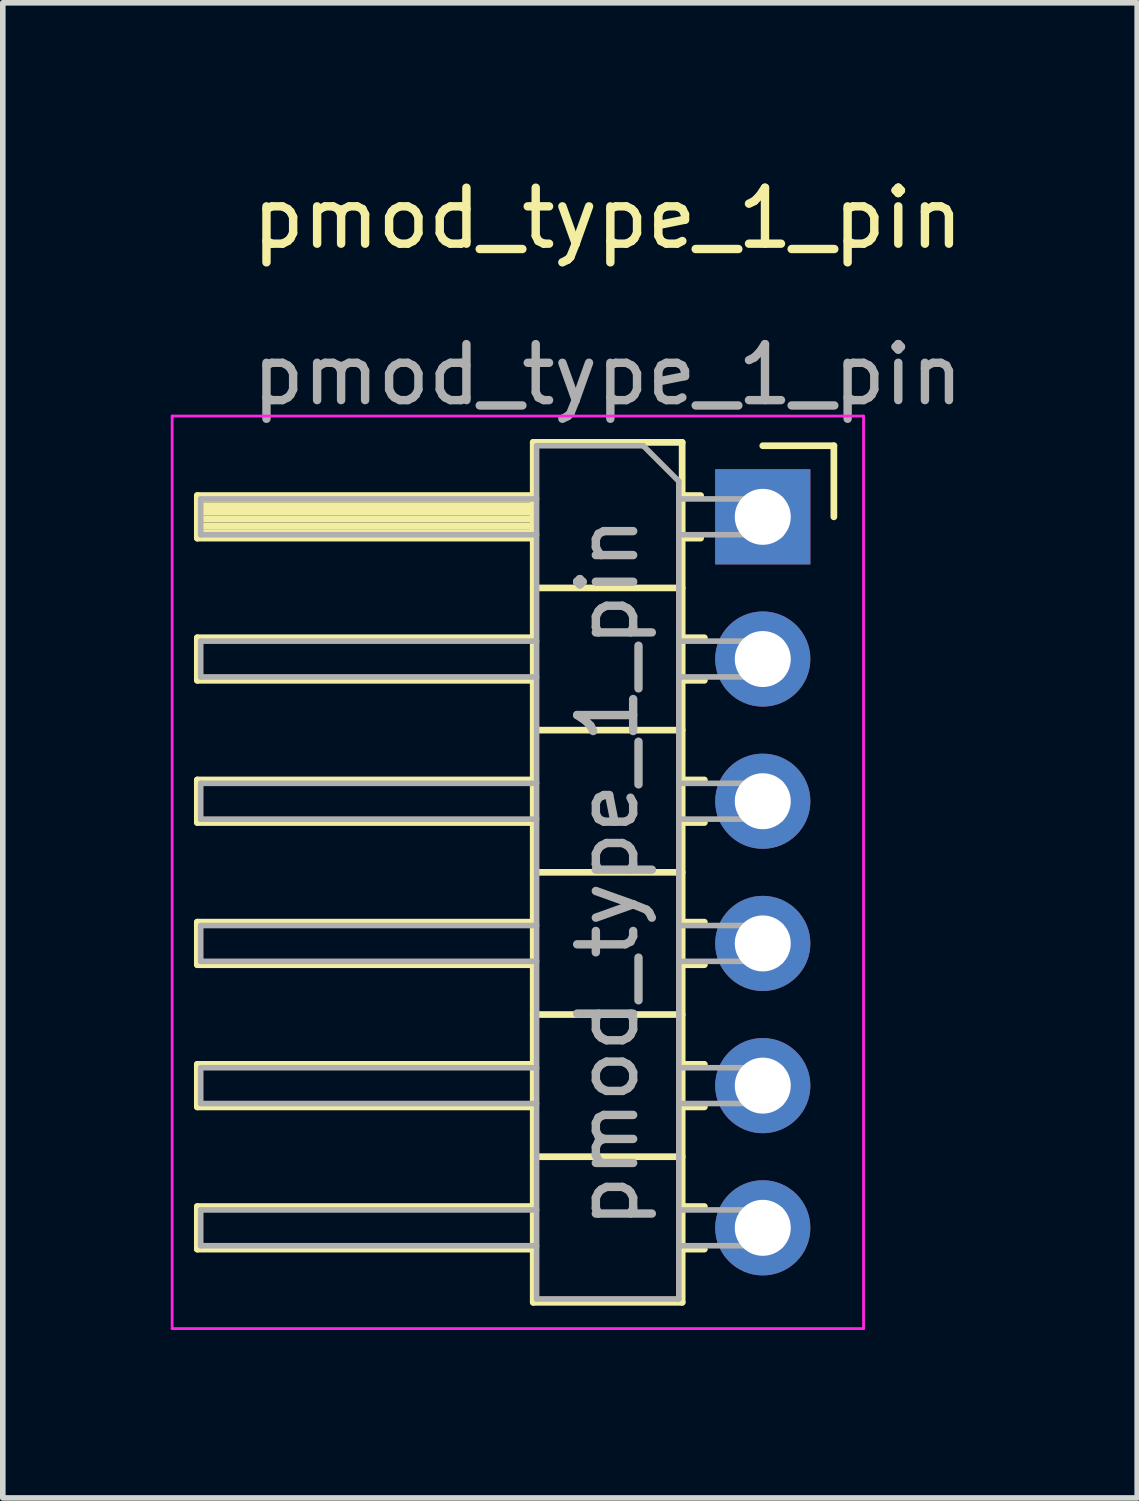
<source format=kicad_pcb>
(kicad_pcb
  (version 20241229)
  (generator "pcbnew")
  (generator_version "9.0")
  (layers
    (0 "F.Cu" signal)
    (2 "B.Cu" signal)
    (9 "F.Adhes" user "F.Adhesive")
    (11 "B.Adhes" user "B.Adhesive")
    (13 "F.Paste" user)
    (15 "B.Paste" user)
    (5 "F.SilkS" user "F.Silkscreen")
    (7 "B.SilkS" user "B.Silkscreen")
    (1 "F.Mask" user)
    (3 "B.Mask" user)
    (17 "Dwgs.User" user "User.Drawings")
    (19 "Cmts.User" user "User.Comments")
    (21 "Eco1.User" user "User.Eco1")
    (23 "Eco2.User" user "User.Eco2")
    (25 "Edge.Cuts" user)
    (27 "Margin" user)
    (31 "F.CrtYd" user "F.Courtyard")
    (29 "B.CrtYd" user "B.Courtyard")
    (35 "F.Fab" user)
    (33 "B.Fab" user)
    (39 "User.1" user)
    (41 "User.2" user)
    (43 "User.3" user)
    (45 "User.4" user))
  (footprint "pmod_type_1_pin"
    (layer "F.Cu")
    (at 7.805 12.532)
    (property "Reference" "pmod_type_1_pin" (at 0 -11.684 0) (unlocked yes) (layer "F.SilkS") (effects (font (size 1 1) (thickness 0.15))))
    (attr through_hole)
    (fp_line (start -7.33 -6.73) (end -7.33 -5.97) (stroke (width 0.12) (type solid)) (layer "F.SilkS"))
    (fp_line (start -7.33 -5.97) (end -1.33 -5.97) (stroke (width 0.12) (type solid)) (layer "F.SilkS"))
    (fp_line (start -7.33 -4.19) (end -7.33 -3.43) (stroke (width 0.12) (type solid)) (layer "F.SilkS"))
    (fp_line (start -7.33 -3.43) (end -1.33 -3.43) (stroke (width 0.12) (type solid)) (layer "F.SilkS"))
    (fp_line (start -7.33 -1.65) (end -7.33 -0.89) (stroke (width 0.12) (type solid)) (layer "F.SilkS"))
    (fp_line (start -7.33 -0.89) (end -1.33 -0.89) (stroke (width 0.12) (type solid)) (layer "F.SilkS"))
    (fp_line (start -7.33 0.89) (end -7.33 1.65) (stroke (width 0.12) (type solid)) (layer "F.SilkS"))
    (fp_line (start -7.33 1.65) (end -1.33 1.65) (stroke (width 0.12) (type solid)) (layer "F.SilkS"))
    (fp_line (start -7.33 3.43) (end -7.33 4.19) (stroke (width 0.12) (type solid)) (layer "F.SilkS"))
    (fp_line (start -7.33 4.19) (end -1.33 4.19) (stroke (width 0.12) (type solid)) (layer "F.SilkS"))
    (fp_line (start -7.33 5.97) (end -7.33 6.73) (stroke (width 0.12) (type solid)) (layer "F.SilkS"))
    (fp_line (start -7.33 6.73) (end -1.33 6.73) (stroke (width 0.12) (type solid)) (layer "F.SilkS"))
    (fp_line (start -1.33 -7.68) (end 1.33 -7.68) (stroke (width 0.12) (type solid)) (layer "F.SilkS"))
    (fp_line (start -1.33 -6.73) (end -7.33 -6.73) (stroke (width 0.12) (type solid)) (layer "F.SilkS"))
    (fp_line (start -1.33 -6.67) (end -7.33 -6.67) (stroke (width 0.12) (type solid)) (layer "F.SilkS"))
    (fp_line (start -1.33 -6.55) (end -7.33 -6.55) (stroke (width 0.12) (type solid)) (layer "F.SilkS"))
    (fp_line (start -1.33 -6.43) (end -7.33 -6.43) (stroke (width 0.12) (type solid)) (layer "F.SilkS"))
    (fp_line (start -1.33 -6.31) (end -7.33 -6.31) (stroke (width 0.12) (type solid)) (layer "F.SilkS"))
    (fp_line (start -1.33 -6.19) (end -7.33 -6.19) (stroke (width 0.12) (type solid)) (layer "F.SilkS"))
    (fp_line (start -1.33 -6.07) (end -7.33 -6.07) (stroke (width 0.12) (type solid)) (layer "F.SilkS"))
    (fp_line (start -1.33 -4.19) (end -7.33 -4.19) (stroke (width 0.12) (type solid)) (layer "F.SilkS"))
    (fp_line (start -1.33 -1.65) (end -7.33 -1.65) (stroke (width 0.12) (type solid)) (layer "F.SilkS"))
    (fp_line (start -1.33 0.89) (end -7.33 0.89) (stroke (width 0.12) (type solid)) (layer "F.SilkS"))
    (fp_line (start -1.33 3.43) (end -7.33 3.43) (stroke (width 0.12) (type solid)) (layer "F.SilkS"))
    (fp_line (start -1.33 5.97) (end -7.33 5.97) (stroke (width 0.12) (type solid)) (layer "F.SilkS"))
    (fp_line (start -1.33 7.68) (end -1.33 -7.68) (stroke (width 0.12) (type solid)) (layer "F.SilkS"))
    (fp_line (start 1.33 -7.68) (end 1.33 7.68) (stroke (width 0.12) (type solid)) (layer "F.SilkS"))
    (fp_line (start 1.33 -5.08) (end -1.33 -5.08) (stroke (width 0.12) (type solid)) (layer "F.SilkS"))
    (fp_line (start 1.33 -2.54) (end -1.33 -2.54) (stroke (width 0.12) (type solid)) (layer "F.SilkS"))
    (fp_line (start 1.33 0) (end -1.33 0) (stroke (width 0.12) (type solid)) (layer "F.SilkS"))
    (fp_line (start 1.33 2.54) (end -1.33 2.54) (stroke (width 0.12) (type solid)) (layer "F.SilkS"))
    (fp_line (start 1.33 5.08) (end -1.33 5.08) (stroke (width 0.12) (type solid)) (layer "F.SilkS"))
    (fp_line (start 1.33 7.68) (end -1.33 7.68) (stroke (width 0.12) (type solid)) (layer "F.SilkS"))
    (fp_line (start 1.66 -6.73) (end 1.33 -6.73) (stroke (width 0.12) (type solid)) (layer "F.SilkS"))
    (fp_line (start 1.66 -5.97) (end 1.33 -5.97) (stroke (width 0.12) (type solid)) (layer "F.SilkS"))
    (fp_line (start 1.727 -4.19) (end 1.33 -4.19) (stroke (width 0.12) (type solid)) (layer "F.SilkS"))
    (fp_line (start 1.727 -3.43) (end 1.33 -3.43) (stroke (width 0.12) (type solid)) (layer "F.SilkS"))
    (fp_line (start 1.727 -1.65) (end 1.33 -1.65) (stroke (width 0.12) (type solid)) (layer "F.SilkS"))
    (fp_line (start 1.727 -0.89) (end 1.33 -0.89) (stroke (width 0.12) (type solid)) (layer "F.SilkS"))
    (fp_line (start 1.727 0.89) (end 1.33 0.89) (stroke (width 0.12) (type solid)) (layer "F.SilkS"))
    (fp_line (start 1.727 1.65) (end 1.33 1.65) (stroke (width 0.12) (type solid)) (layer "F.SilkS"))
    (fp_line (start 1.727 3.43) (end 1.33 3.43) (stroke (width 0.12) (type solid)) (layer "F.SilkS"))
    (fp_line (start 1.727 4.19) (end 1.33 4.19) (stroke (width 0.12) (type solid)) (layer "F.SilkS"))
    (fp_line (start 1.727 5.97) (end 1.33 5.97) (stroke (width 0.12) (type solid)) (layer "F.SilkS"))
    (fp_line (start 1.727 6.73) (end 1.33 6.73) (stroke (width 0.12) (type solid)) (layer "F.SilkS"))
    (fp_line (start 4.04 -7.62) (end 2.77 -7.62) (stroke (width 0.12) (type solid)) (layer "F.SilkS"))
    (fp_line (start 4.04 -6.35) (end 4.04 -7.62) (stroke (width 0.12) (type solid)) (layer "F.SilkS"))
    (fp_line (start -7.78 -8.15) (end 4.57 -8.15) (stroke (width 0.05) (type solid)) (layer "F.CrtYd"))
    (fp_line (start -7.78 8.15) (end -7.78 -8.15) (stroke (width 0.05) (type solid)) (layer "F.CrtYd"))
    (fp_line (start 4.57 -8.15) (end 4.57 8.15) (stroke (width 0.05) (type solid)) (layer "F.CrtYd"))
    (fp_line (start 4.57 8.15) (end -7.78 8.15) (stroke (width 0.05) (type solid)) (layer "F.CrtYd"))
    (fp_line (start -7.27 -6.67) (end -7.27 -6.03) (stroke (width 0.1) (type solid)) (layer "F.Fab"))
    (fp_line (start -7.27 -4.13) (end -7.27 -3.49) (stroke (width 0.1) (type solid)) (layer "F.Fab"))
    (fp_line (start -7.27 -1.59) (end -7.27 -0.95) (stroke (width 0.1) (type solid)) (layer "F.Fab"))
    (fp_line (start -7.27 0.95) (end -7.27 1.59) (stroke (width 0.1) (type solid)) (layer "F.Fab"))
    (fp_line (start -7.27 3.49) (end -7.27 4.13) (stroke (width 0.1) (type solid)) (layer "F.Fab"))
    (fp_line (start -7.27 6.03) (end -7.27 6.67) (stroke (width 0.1) (type solid)) (layer "F.Fab"))
    (fp_line (start -1.27 -7.62) (end -1.27 7.62) (stroke (width 0.1) (type solid)) (layer "F.Fab"))
    (fp_line (start -1.27 -6.67) (end -7.27 -6.67) (stroke (width 0.1) (type solid)) (layer "F.Fab"))
    (fp_line (start -1.27 -6.03) (end -7.27 -6.03) (stroke (width 0.1) (type solid)) (layer "F.Fab"))
    (fp_line (start -1.27 -4.13) (end -7.27 -4.13) (stroke (width 0.1) (type solid)) (layer "F.Fab"))
    (fp_line (start -1.27 -3.49) (end -7.27 -3.49) (stroke (width 0.1) (type solid)) (layer "F.Fab"))
    (fp_line (start -1.27 -1.59) (end -7.27 -1.59) (stroke (width 0.1) (type solid)) (layer "F.Fab"))
    (fp_line (start -1.27 -0.95) (end -7.27 -0.95) (stroke (width 0.1) (type solid)) (layer "F.Fab"))
    (fp_line (start -1.27 0.95) (end -7.27 0.95) (stroke (width 0.1) (type solid)) (layer "F.Fab"))
    (fp_line (start -1.27 1.59) (end -7.27 1.59) (stroke (width 0.1) (type solid)) (layer "F.Fab"))
    (fp_line (start -1.27 3.49) (end -7.27 3.49) (stroke (width 0.1) (type solid)) (layer "F.Fab"))
    (fp_line (start -1.27 4.13) (end -7.27 4.13) (stroke (width 0.1) (type solid)) (layer "F.Fab"))
    (fp_line (start -1.27 6.03) (end -7.27 6.03) (stroke (width 0.1) (type solid)) (layer "F.Fab"))
    (fp_line (start -1.27 6.67) (end -7.27 6.67) (stroke (width 0.1) (type solid)) (layer "F.Fab"))
    (fp_line (start -1.27 7.62) (end 1.27 7.62) (stroke (width 0.1) (type solid)) (layer "F.Fab"))
    (fp_line (start 0.635 -7.62) (end -1.27 -7.62) (stroke (width 0.1) (type solid)) (layer "F.Fab"))
    (fp_line (start 1.27 -6.985) (end 0.635 -7.62) (stroke (width 0.1) (type solid)) (layer "F.Fab"))
    (fp_line (start 1.27 7.62) (end 1.27 -6.985) (stroke (width 0.1) (type solid)) (layer "F.Fab"))
    (fp_line (start 3.09 -6.67) (end 1.27 -6.67) (stroke (width 0.1) (type solid)) (layer "F.Fab"))
    (fp_line (start 3.09 -6.67) (end 3.09 -6.03) (stroke (width 0.1) (type solid)) (layer "F.Fab"))
    (fp_line (start 3.09 -6.03) (end 1.27 -6.03) (stroke (width 0.1) (type solid)) (layer "F.Fab"))
    (fp_line (start 3.09 -4.13) (end 1.27 -4.13) (stroke (width 0.1) (type solid)) (layer "F.Fab"))
    (fp_line (start 3.09 -4.13) (end 3.09 -3.49) (stroke (width 0.1) (type solid)) (layer "F.Fab"))
    (fp_line (start 3.09 -3.49) (end 1.27 -3.49) (stroke (width 0.1) (type solid)) (layer "F.Fab"))
    (fp_line (start 3.09 -1.59) (end 1.27 -1.59) (stroke (width 0.1) (type solid)) (layer "F.Fab"))
    (fp_line (start 3.09 -1.59) (end 3.09 -0.95) (stroke (width 0.1) (type solid)) (layer "F.Fab"))
    (fp_line (start 3.09 -0.95) (end 1.27 -0.95) (stroke (width 0.1) (type solid)) (layer "F.Fab"))
    (fp_line (start 3.09 0.95) (end 1.27 0.95) (stroke (width 0.1) (type solid)) (layer "F.Fab"))
    (fp_line (start 3.09 0.95) (end 3.09 1.59) (stroke (width 0.1) (type solid)) (layer "F.Fab"))
    (fp_line (start 3.09 1.59) (end 1.27 1.59) (stroke (width 0.1) (type solid)) (layer "F.Fab"))
    (fp_line (start 3.09 3.49) (end 1.27 3.49) (stroke (width 0.1) (type solid)) (layer "F.Fab"))
    (fp_line (start 3.09 3.49) (end 3.09 4.13) (stroke (width 0.1) (type solid)) (layer "F.Fab"))
    (fp_line (start 3.09 4.13) (end 1.27 4.13) (stroke (width 0.1) (type solid)) (layer "F.Fab"))
    (fp_line (start 3.09 6.03) (end 1.27 6.03) (stroke (width 0.1) (type solid)) (layer "F.Fab"))
    (fp_line (start 3.09 6.03) (end 3.09 6.67) (stroke (width 0.1) (type solid)) (layer "F.Fab"))
    (fp_line (start 3.09 6.67) (end 1.27 6.67) (stroke (width 0.1) (type solid)) (layer "F.Fab"))
    (fp_text user "${REFERENCE}" (at 0 0 90) (layer "F.Fab") (effects (font (size 1 1) (thickness 0.15))))
    (fp_text user "${REFERENCE}" (at 0 -8.89 0) (unlocked yes) (layer "F.Fab") (effects (font (size 1 1) (thickness 0.15))))
    (pad "1" thru_hole rect (at 2.77 -6.35) (size 1.7 1.7) (drill 1) (layers "*.Cu" "*.Mask"))
    (pad "2" thru_hole oval (at 2.77 -3.81) (size 1.7 1.7) (drill 1) (layers "*.Cu" "*.Mask"))
    (pad "3" thru_hole oval (at 2.77 -1.27) (size 1.7 1.7) (drill 1) (layers "*.Cu" "*.Mask"))
    (pad "4" thru_hole oval (at 2.77 1.27) (size 1.7 1.7) (drill 1) (layers "*.Cu" "*.Mask"))
    (pad "5" thru_hole oval (at 2.77 3.81) (size 1.7 1.7) (drill 1) (layers "*.Cu" "*.Mask"))
    (pad "6" thru_hole oval (at 2.77 6.35) (size 1.7 1.7) (drill 1) (layers "*.Cu" "*.Mask")))
  (gr_rect
    (start -3 -3)
    (end 17.263 23.707)
    (stroke (width 0.1) (type default))
    (fill no)
    (layer "Edge.Cuts")))
</source>
